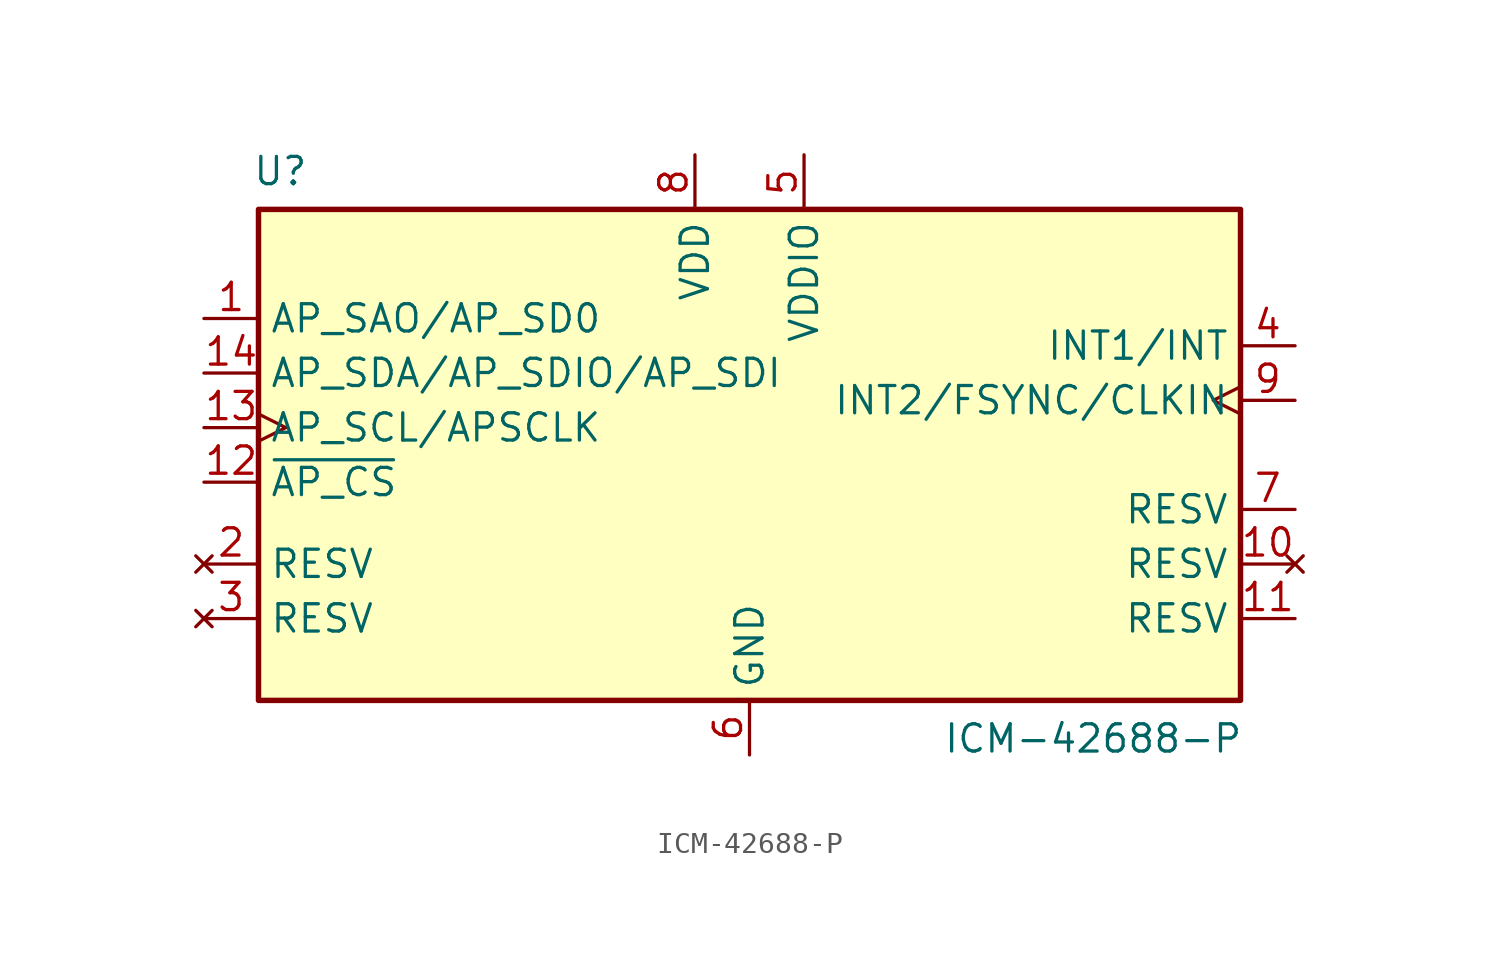
<source format=kicad_sym>
(kicad_symbol_lib
  (version 20241209)
  (generator "kicad_symbol_editor")
  (generator_version "9.0")
  (symbol "ICM-42688-P"
    (property "Reference" "U"
      (at -21.844 13.208 0)
      (effects (font (size 1.27 1.27))))
    (property "Value" "ICM-42688-P"
      (at 16.002 -13.208 0)
      (effects (font (size 1.27 1.27))))
    (symbol "ICM-42688-P_0_1"
      (rectangle (start -22.86 11.43) (end 22.86 -11.43) (stroke (width 0.254) (type default)) (fill (type background))))
    (symbol "ICM-42688-P_1_1"
      (pin bidirectional line (at -25.4 6.35 0) (length 2.54) (name "AP_SAO/AP_SD0" (effects (font (size 1.27 1.27)))) (number "1" (effects (font (size 1.27 1.27)))))
      (pin bidirectional line (at -25.4 3.81 0) (length 2.54) (name "AP_SDA/AP_SDIO/AP_SDI" (effects (font (size 1.27 1.27)))) (number "14" (effects (font (size 1.27 1.27)))))
      (pin input clock (at -25.4 1.27 0) (length 2.54) (name "AP_SCL/APSCLK" (effects (font (size 1.27 1.27)))) (number "13" (effects (font (size 1.27 1.27)))))
      (pin input line (at -25.4 -1.27 0) (length 2.54) (name "~{AP_CS}" (effects (font (size 1.27 1.27)))) (number "12" (effects (font (size 1.27 1.27)))))
      (pin no_connect line (at -25.4 -5.08 0) (length 2.54) (name "RESV" (effects (font (size 1.27 1.27)))) (number "2" (effects (font (size 1.27 1.27)))))
      (pin no_connect line (at -25.4 -7.62 0) (length 2.54) (name "RESV" (effects (font (size 1.27 1.27)))) (number "3" (effects (font (size 1.27 1.27)))))
      (pin power_in line (at -2.54 13.97 270) (length 2.54) (name "VDD" (effects (font (size 1.27 1.27)))) (number "8" (effects (font (size 1.27 1.27)))))
      (pin power_in line (at 0 -13.97 90) (length 2.54) (name "GND" (effects (font (size 1.27 1.27)))) (number "6" (effects (font (size 1.27 1.27)))))
      (pin power_in line (at 2.54 13.97 270) (length 2.54) (name "VDDIO" (effects (font (size 1.27 1.27)))) (number "5" (effects (font (size 1.27 1.27)))))
      (pin output line (at 25.4 5.08 180) (length 2.54) (name "INT1/INT" (effects (font (size 1.27 1.27)))) (number "4" (effects (font (size 1.27 1.27)))))
      (pin input clock (at 25.4 2.54 180) (length 2.54) (name "INT2/FSYNC/CLKIN" (effects (font (size 1.27 1.27)))) (number "9" (effects (font (size 1.27 1.27)))))
      (pin passive line (at 25.4 -2.54 180) (length 2.54) (name "RESV" (effects (font (size 1.27 1.27)))) (number "7" (effects (font (size 1.27 1.27)))))
      (pin no_connect line (at 25.4 -5.08 180) (length 2.54) (name "RESV" (effects (font (size 1.27 1.27)))) (number "10" (effects (font (size 1.27 1.27)))))
      (pin passive line (at 25.4 -7.62 180) (length 2.54) (name "RESV" (effects (font (size 1.27 1.27)))) (number "11" (effects (font (size 1.27 1.27))))))))
</source>
